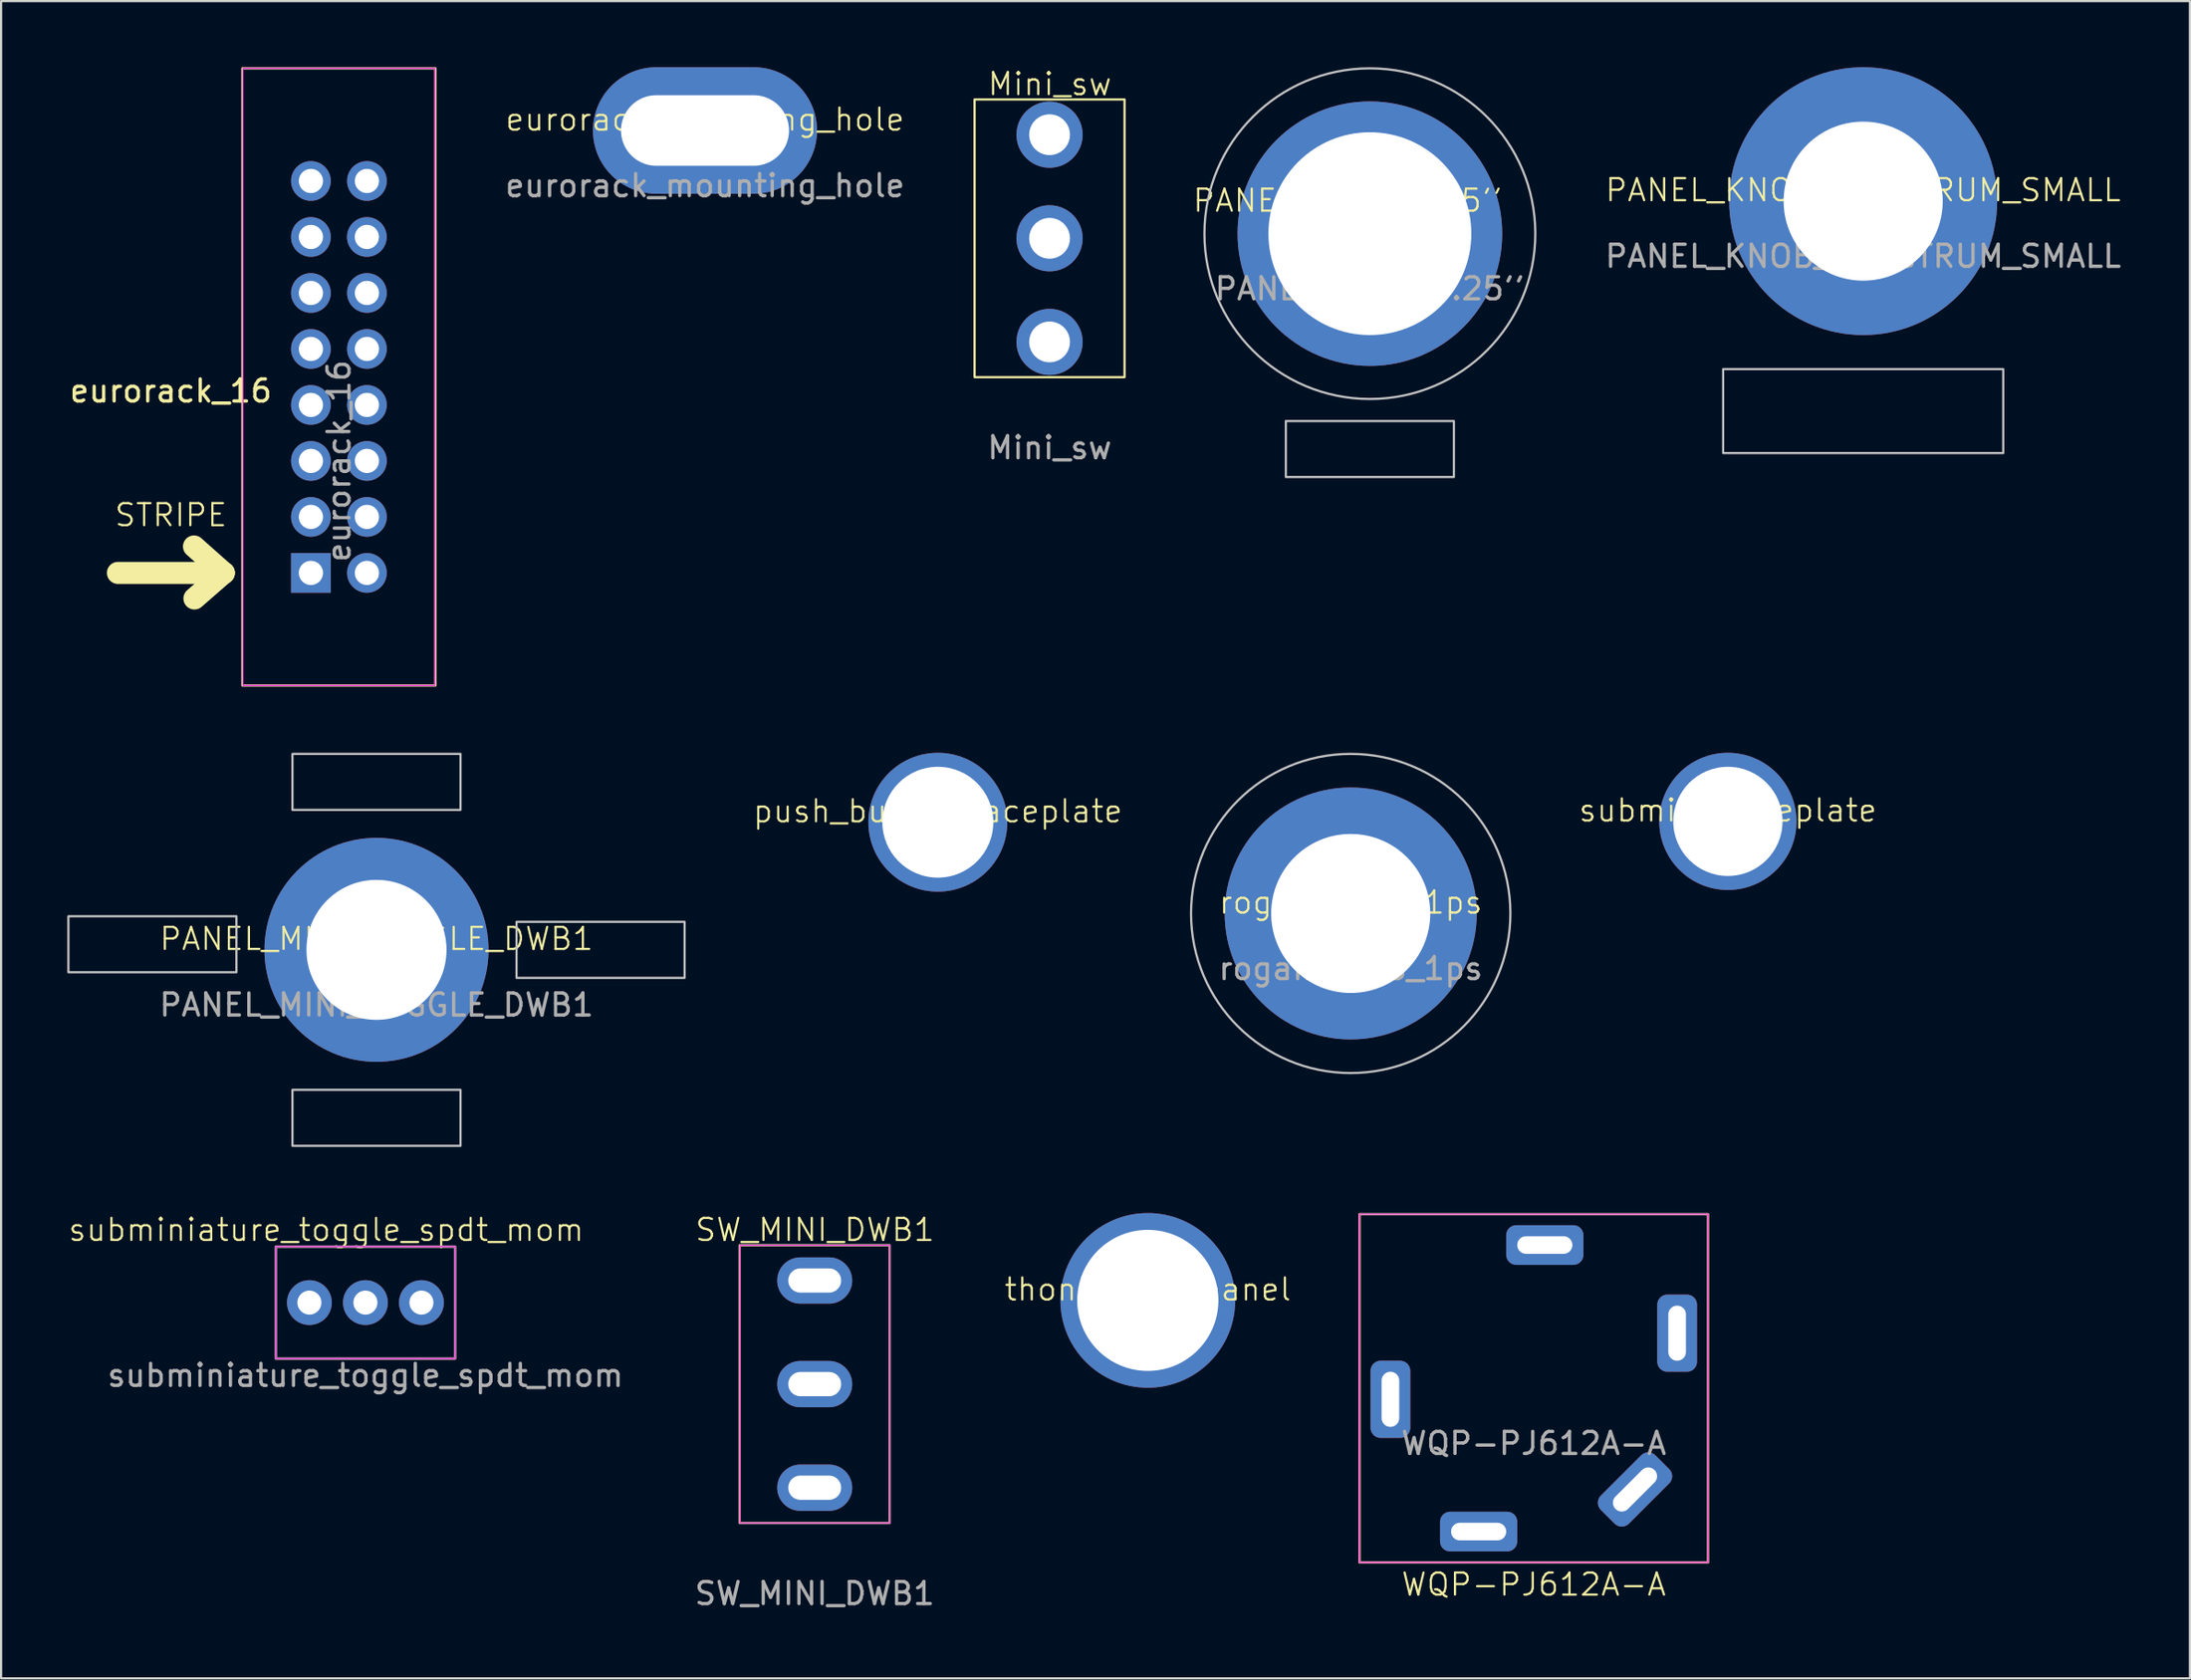
<source format=kicad_pcb>
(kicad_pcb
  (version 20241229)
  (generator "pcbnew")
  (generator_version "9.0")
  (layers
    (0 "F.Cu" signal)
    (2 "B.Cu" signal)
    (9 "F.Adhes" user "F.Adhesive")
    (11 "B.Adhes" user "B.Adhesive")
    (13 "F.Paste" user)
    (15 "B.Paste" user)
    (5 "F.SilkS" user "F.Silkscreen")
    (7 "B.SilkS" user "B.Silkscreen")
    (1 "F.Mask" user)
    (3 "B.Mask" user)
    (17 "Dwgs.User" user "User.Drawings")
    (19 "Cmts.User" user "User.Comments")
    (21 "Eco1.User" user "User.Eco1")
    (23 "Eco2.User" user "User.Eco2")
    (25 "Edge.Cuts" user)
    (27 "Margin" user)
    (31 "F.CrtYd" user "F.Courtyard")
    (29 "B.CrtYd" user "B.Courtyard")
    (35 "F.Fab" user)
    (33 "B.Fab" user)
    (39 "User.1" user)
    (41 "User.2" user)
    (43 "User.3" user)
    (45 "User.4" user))
  (footprint "PANEL_MINI_TOGGLE_DWB1"
    (layer "F.Cu")
    (at 14.02 40.04)
    (property "Reference" "PANEL_MINI_TOGGLE_DWB1" (at 0 -0.5 0) (unlocked yes) (layer "F.SilkS") (effects (font (size 1 1) (thickness 0.1))))
    (attr through_hole)
    (fp_rect (start -13.97 -1.524) (end -6.35 1.016) (stroke (width 0.1) (type default)) (fill no) (layer "Dwgs.User"))
    (fp_rect (start -3.81 -8.89) (end 3.81 -6.35) (stroke (width 0.1) (type default)) (fill no) (layer "Dwgs.User"))
    (fp_rect (start -3.81 6.35) (end 3.81 8.89) (stroke (width 0.1) (type default)) (fill no) (layer "Dwgs.User"))
    (fp_rect (start 6.35 -1.27) (end 13.97 1.27) (stroke (width 0.1) (type default)) (fill no) (layer "Dwgs.User"))
    (fp_text user "${REFERENCE}" (at 0 2.5 0) (unlocked yes) (layer "F.Fab") (effects (font (size 1 1) (thickness 0.15))))
    (pad "" thru_hole circle (at 0 0) (size 10.16 10.16) (drill 6.35) (layers "*.Cu" "*.Mask")))
  (footprint "Mini_sw"
    (layer "F.Cu")
    (at 44.537 7.761)
    (property "Reference" "Mini_sw" (at 0.01 -7 0) (unlocked yes) (layer "F.SilkS") (effects (font (size 1 1) (thickness 0.1))))
    (attr through_hole)
    (fp_rect (start -3.4 -6.3) (end 3.4 6.3) (stroke (width 0.1) (type default)) (fill no) (layer "F.SilkS"))
    (fp_text user "${REFERENCE}" (at 0 9.5 0) (unlocked yes) (layer "F.Fab") (effects (font (size 1 1) (thickness 0.15))))
    (pad "1" thru_hole circle (at 0 4.7) (size 3 3) (drill 1.85) (layers "*.Cu" "*.Mask"))
    (pad "2" thru_hole circle (at 0 0) (size 3 3) (drill 1.85) (layers "*.Cu" "*.Mask"))
    (pad "3" thru_hole circle (at 0 -4.7) (size 3 3) (drill 1.85) (layers "*.Cu" "*.Mask")))
  (footprint "PANEL_KNOB_SPECTRUM_SMALL"
    (layer "F.Cu")
    (at 81.426 6.075)
    (property "Reference" "PANEL_KNOB_SPECTRUM_SMALL" (at 0 -0.5 0) (unlocked yes) (layer "F.SilkS") (effects (font (size 1 1) (thickness 0.1))))
    (attr through_hole)
    (fp_rect (start -6.35 7.62) (end 6.35 11.43) (stroke (width 0.1) (type default)) (fill no) (layer "Dwgs.User"))
    (fp_text user "${REFERENCE}" (at 0 2.5 0) (unlocked yes) (layer "F.Fab") (effects (font (size 1 1) (thickness 0.15))))
    (pad "" thru_hole circle (at 0 0) (size 12.15 12.15) (drill 7.214) (layers "*.Cu" "*.Mask")))
  (footprint "eurorack_16"
    (layer "F.Cu")
    (at 12.316 14.05)
    (property "Reference" "eurorack_16" (at -7.62 0.635 0) (layer "F.SilkS") (effects (font (size 1 1) (thickness 0.15))))
    (attr through_hole)
    (fp_line (start -10.02 8.89) (end -5.22 8.89) (stroke (width 1) (type default)) (layer "F.SilkS"))
    (fp_line (start -5.22 8.89) (end -6.57 7.69) (stroke (width 1) (type default)) (layer "F.SilkS"))
    (fp_line (start -5.22 8.89) (end -6.55 10.05) (stroke (width 1) (type default)) (layer "F.SilkS"))
    (fp_rect (start -4.375 -14) (end 4.375 14) (stroke (width 0.1) (type default)) (fill no) (layer "F.SilkS"))
    (fp_rect (start -4.35 -14) (end 4.35 14) (stroke (width 0.05) (type default)) (fill no) (layer "F.CrtYd"))
    (fp_text user "STRIPE" (at -10.23 6.85 0) (unlocked yes) (layer "F.SilkS") (effects (font (size 1 1) (thickness 0.1)) (justify left bottom)))
    (fp_text user "${REFERENCE}" (at 0 3.81 90) (layer "F.Fab") (effects (font (size 1 1) (thickness 0.15))))
    (pad "1" thru_hole rect (at -1.27 8.89) (size 1.8 1.8) (drill 1.1) (layers "*.Cu" "*.Mask"))
    (pad "2" thru_hole oval (at 1.27 8.89) (size 1.8 1.8) (drill 1.1) (layers "*.Cu" "*.Mask"))
    (pad "3" thru_hole oval (at -1.27 6.35) (size 1.8 1.8) (drill 1.1) (layers "*.Cu" "*.Mask"))
    (pad "4" thru_hole oval (at 1.27 6.35) (size 1.8 1.8) (drill 1.1) (layers "*.Cu" "*.Mask"))
    (pad "5" thru_hole oval (at -1.27 3.81) (size 1.8 1.8) (drill 1.1) (layers "*.Cu" "*.Mask"))
    (pad "6" thru_hole oval (at 1.27 3.81) (size 1.8 1.8) (drill 1.1) (layers "*.Cu" "*.Mask"))
    (pad "7" thru_hole oval (at -1.27 1.27) (size 1.8 1.8) (drill 1.1) (layers "*.Cu" "*.Mask"))
    (pad "8" thru_hole oval (at 1.27 1.27) (size 1.8 1.8) (drill 1.1) (layers "*.Cu" "*.Mask"))
    (pad "9" thru_hole oval (at -1.27 -1.27) (size 1.8 1.8) (drill 1.1) (layers "*.Cu" "*.Mask"))
    (pad "10" thru_hole oval (at 1.27 -1.27) (size 1.8 1.8) (drill 1.1) (layers "*.Cu" "*.Mask"))
    (pad "11" thru_hole oval (at -1.27 -3.81) (size 1.8 1.8) (drill 1.1) (layers "*.Cu" "*.Mask"))
    (pad "12" thru_hole oval (at 1.27 -3.81) (size 1.8 1.8) (drill 1.1) (layers "*.Cu" "*.Mask"))
    (pad "13" thru_hole oval (at -1.27 -6.35) (size 1.8 1.8) (drill 1.1) (layers "*.Cu" "*.Mask"))
    (pad "14" thru_hole oval (at 1.267 -6.35) (size 1.8 1.8) (drill 1.1) (layers "*.Cu" "*.Mask"))
    (pad "15" thru_hole oval (at -1.27 -8.89) (size 1.8 1.8) (drill 1.1) (layers "*.Cu" "*.Mask"))
    (pad "16" thru_hole oval (at 1.27 -8.89) (size 1.8 1.8) (drill 1.1) (layers "*.Cu" "*.Mask")))
  (footprint "submini_faceplate"
    (layer "F.Cu")
    (at 75.292 34.212)
    (property "Reference" "submini_faceplate" (at 0 -0.5 0) (unlocked yes) (layer "F.SilkS") (effects (font (size 1 1) (thickness 0.1))))
    (attr through_hole)
    (pad "" thru_hole circle (at 0 0) (size 6.223 6.223) (drill 4.953) (layers "*.Cu" "*.Mask")))
  (footprint "PANEL_JACK_0.25''"
    (layer "F.Cu")
    (at 59.06 7.55)
    (property "Reference" "PANEL_JACK_0.25''" (at -1 -1.5 0) (unlocked yes) (layer "F.SilkS") (effects (font (size 1 1) (thickness 0.1))))
    (attr through_hole)
    (fp_rect (start -3.81 8.5) (end 3.81 11.04) (stroke (width 0.1) (type default)) (fill no) (layer "Dwgs.User"))
    (fp_circle (center 0 0) (end 0 -7.5) (stroke (width 0.1) (type default)) (fill no) (layer "Dwgs.User"))
    (fp_text user "${REFERENCE}" (at 0 2.5 0) (unlocked yes) (layer "F.Fab") (effects (font (size 1 1) (thickness 0.15))))
    (pad "" thru_hole circle (at 0 0) (size 12 12) (drill 9.2) (layers "*.Cu" "*.Mask")))
  (footprint "thonkiconn_panel"
    (layer "F.Cu")
    (at 48.991 55.942)
    (property "Reference" "thonkiconn_panel" (at 0 -0.5 0) (unlocked yes) (layer "F.SilkS") (effects (font (size 1 1) (thickness 0.1))))
    (attr through_hole)
    (pad "" thru_hole circle (at 0 0) (size 7.925 7.925) (drill 6.401) (layers "*.Cu" "*.Mask")))
  (footprint "eurorack_mounting_hole"
    (layer "F.Cu")
    (at 28.914 2.87)
    (property "Reference" "eurorack_mounting_hole" (at 0 -0.5 0) (unlocked yes) (layer "F.SilkS") (effects (font (size 1 1) (thickness 0.1))))
    (attr through_hole)
    (fp_text user "${REFERENCE}" (at 0 2.5 0) (unlocked yes) (layer "F.Fab") (effects (font (size 1 1) (thickness 0.15))))
    (pad "" thru_hole oval (at 0 0) (size 10.16 5.74) (drill oval 7.62 3.2) (layers "*.Cu" "*.Mask")))
  (footprint "WQP-PJ612A-A"
    (layer "F.Cu")
    (at 66.491 59.93)
    (property "Reference" "WQP-PJ612A-A" (at 0 8.9 0) (unlocked yes) (layer "F.SilkS") (effects (font (size 1 1) (thickness 0.1))))
    (attr through_hole)
    (fp_rect (start -7.9 -7.9) (end 7.9 7.9) (stroke (width 0.1) (type default)) (fill no) (layer "F.SilkS"))
    (fp_rect (start -7.9 -7.9) (end 7.9 7.9) (stroke (width 0.05) (type default)) (fill no) (layer "F.CrtYd"))
    (fp_text user "${REFERENCE}" (at 0 2.5 0) (unlocked yes) (layer "F.Fab") (effects (font (size 1 1) (thickness 0.15))))
    (pad "1" thru_hole roundrect (at 4.59 4.59 45) (size 3.5 1.8) (drill oval 2.5 0.8) (layers "*.Cu" "*.Mask") (roundrect_rratio 0.25))
    (pad "2" thru_hole roundrect (at 0.5 -6.5) (size 3.5 1.8) (drill oval 2.5 0.8) (layers "*.Cu" "*.Mask") (roundrect_rratio 0.25))
    (pad "3" thru_hole roundrect (at -6.5 0.5) (size 1.8 3.5) (drill oval 0.8 2.5) (layers "*.Cu" "*.Mask") (roundrect_rratio 0.25))
    (pad "4" thru_hole roundrect (at 6.5 -2.5) (size 1.8 3.5) (drill oval 0.8 2.5) (layers "*.Cu" "*.Mask") (roundrect_rratio 0.25))
    (pad "5" thru_hole roundrect (at -2.5 6.5) (size 3.5 1.8) (drill oval 2.5 0.8) (layers "*.Cu" "*.Mask") (roundrect_rratio 0.25)))
  (footprint "SW_MINI_DWB1"
    (layer "F.Cu")
    (at 33.888 59.74)
    (property "Reference" "SW_MINI_DWB1" (at 0.01 -7 0) (unlocked yes) (layer "F.SilkS") (effects (font (size 1 1) (thickness 0.1))))
    (attr through_hole)
    (fp_rect (start -3.4 -6.3) (end 3.4 6.3) (stroke (width 0.1) (type default)) (fill no) (layer "F.SilkS"))
    (fp_rect (start -3.39 -6.3) (end 3.41 6.3) (stroke (width 0.05) (type default)) (fill no) (layer "F.CrtYd"))
    (fp_text user "${REFERENCE}" (at 0 9.5 0) (unlocked yes) (layer "F.Fab") (effects (font (size 1 1) (thickness 0.15))))
    (pad "1" thru_hole oval (at 0 4.7) (size 3.4 2.1) (drill oval 2.4 1.1) (layers "*.Cu" "*.Mask"))
    (pad "2" thru_hole oval (at 0 0) (size 3.4 2.1) (drill oval 2.4 1.1) (layers "*.Cu" "*.Mask"))
    (pad "3" thru_hole oval (at 0 -4.7) (size 3.4 2.1) (drill oval 2.4 1.1) (layers "*.Cu" "*.Mask")))
  (footprint "subminiature_toggle_spdt_mom"
    (layer "F.Cu")
    (at 13.518 56.042)
    (property "Reference" "subminiature_toggle_spdt_mom" (at -1.778 -3.302 0) (unlocked yes) (layer "F.SilkS") (effects (font (size 1 1) (thickness 0.1))))
    (attr smd)
    (fp_rect (start -4.064 -2.54) (end 4.064 2.54) (stroke (width 0.1) (type default)) (fill no) (layer "F.SilkS"))
    (fp_rect (start -4.064 -2.54) (end 4.064 2.54) (stroke (width 0.05) (type default)) (fill no) (layer "F.CrtYd"))
    (fp_rect (start -4.064 -2.54) (end 4.064 2.54) (stroke (width 0.1) (type default)) (fill no) (layer "F.Fab"))
    (fp_text user "${REFERENCE}" (at 0 3.302 0) (unlocked yes) (layer "F.Fab") (effects (font (size 1 1) (thickness 0.15))))
    (pad "1" thru_hole circle (at -2.54 0) (size 2.032 2.032) (drill 1.092) (layers "*.Cu" "*.Mask"))
    (pad "2" thru_hole circle (at 0 0) (size 2.032 2.032) (drill 1.092) (layers "*.Cu" "*.Mask"))
    (pad "3" thru_hole circle (at 2.54 0) (size 2.032 2.032) (drill 1.092) (layers "*.Cu" "*.Mask")))
  (footprint "push_button_faceplate"
    (layer "F.Cu")
    (at 39.471 34.25)
    (property "Reference" "push_button_faceplate" (at 0 -0.5 0) (unlocked yes) (layer "F.SilkS") (effects (font (size 1 1) (thickness 0.1))))
    (attr through_hole)
    (pad "" thru_hole circle (at 0 0) (size 6.299 6.299) (drill 5.029) (layers "*.Cu" "*.Mask")))
  (footprint "rogan_knob_1ps"
    (layer "F.Cu")
    (at 58.191 38.389)
    (property "Reference" "rogan_knob_1ps" (at 0 -0.5 0) (unlocked yes) (layer "F.SilkS") (effects (font (size 1 1) (thickness 0.1))))
    (attr through_hole)
    (fp_circle (center 0 0) (end 7.239 0) (stroke (width 0.1) (type default)) (fill no) (layer "Dwgs.User"))
    (fp_text user "${REFERENCE}" (at 0 2.5 0) (unlocked yes) (layer "F.Fab") (effects (font (size 1 1) (thickness 0.15))))
    (pad "1" thru_hole circle (at 0 0) (size 11.43 11.43) (drill 7.214) (layers "*.Cu" "*.Mask")))
  (gr_rect
    (start -3 -3)
    (end 96.241 73.089)
    (stroke (width 0.1) (type default))
    (fill no)
    (layer "Edge.Cuts")))
</source>
